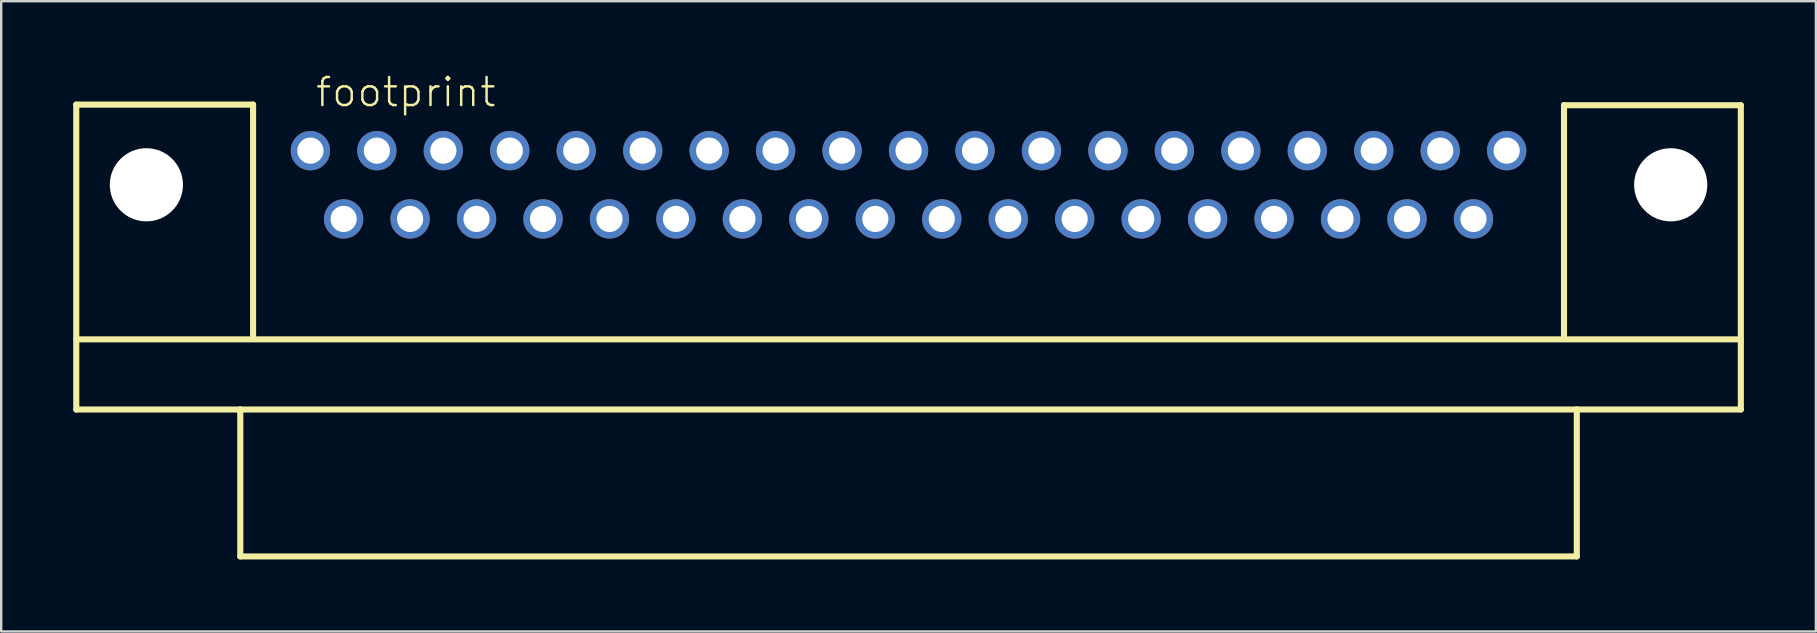
<source format=kicad_pcb>
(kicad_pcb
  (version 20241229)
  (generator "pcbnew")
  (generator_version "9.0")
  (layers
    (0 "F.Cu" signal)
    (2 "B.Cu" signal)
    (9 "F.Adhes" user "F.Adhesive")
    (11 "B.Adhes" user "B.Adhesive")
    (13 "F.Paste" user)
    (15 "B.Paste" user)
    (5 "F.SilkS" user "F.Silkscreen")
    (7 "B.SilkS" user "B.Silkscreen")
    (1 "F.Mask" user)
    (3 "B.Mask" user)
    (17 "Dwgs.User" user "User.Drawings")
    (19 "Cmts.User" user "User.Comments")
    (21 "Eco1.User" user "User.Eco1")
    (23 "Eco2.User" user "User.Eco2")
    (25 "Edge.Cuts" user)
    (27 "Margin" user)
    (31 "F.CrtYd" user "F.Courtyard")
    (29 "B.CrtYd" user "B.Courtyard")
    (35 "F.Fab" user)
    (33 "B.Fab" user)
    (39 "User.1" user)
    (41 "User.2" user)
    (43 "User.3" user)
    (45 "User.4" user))
  (footprint "footprint"
    (layer "F.Cu")
    (at 34.798 4.648)
    (property "Reference" "footprint" (at -24.765 -3.175 0) (layer "F.SilkS") (effects (font (size 1.168 1.168) (thickness 0.102)) (justify left bottom)))
    (fp_line (start -34.671 -3.34) (end -27.305 -3.34) (stroke (width 0.254) (type solid)) (layer "F.SilkS"))
    (fp_line (start -34.671 6.439) (end 34.671 6.439) (stroke (width 0.254) (type solid)) (layer "F.SilkS"))
    (fp_line (start -34.671 9.36) (end -34.671 -3.34) (stroke (width 0.254) (type solid)) (layer "F.SilkS"))
    (fp_line (start -27.838 9.36) (end -34.671 9.36) (stroke (width 0.254) (type solid)) (layer "F.SilkS"))
    (fp_line (start -27.838 9.36) (end 27.838 9.36) (stroke (width 0.254) (type solid)) (layer "F.SilkS"))
    (fp_line (start -27.838 15.481) (end -27.838 9.36) (stroke (width 0.254) (type solid)) (layer "F.SilkS"))
    (fp_line (start -27.305 -3.34) (end -27.305 6.299) (stroke (width 0.254) (type solid)) (layer "F.SilkS"))
    (fp_line (start 27.305 -3.315) (end 27.305 6.299) (stroke (width 0.254) (type solid)) (layer "F.SilkS"))
    (fp_line (start 27.838 9.36) (end 27.838 15.481) (stroke (width 0.254) (type solid)) (layer "F.SilkS"))
    (fp_line (start 27.838 15.481) (end -27.838 15.481) (stroke (width 0.254) (type solid)) (layer "F.SilkS"))
    (fp_line (start 34.671 -3.315) (end 27.305 -3.315) (stroke (width 0.254) (type solid)) (layer "F.SilkS"))
    (fp_line (start 34.671 -3.315) (end 34.671 9.36) (stroke (width 0.254) (type solid)) (layer "F.SilkS"))
    (fp_line (start 34.671 9.36) (end 27.838 9.36) (stroke (width 0.254) (type solid)) (layer "F.SilkS"))
    (pad "" np_thru_hole circle (at -31.75 0) (size 3.048 3.048) (drill 3.048) (layers "*.Cu" "*.Mask"))
    (pad "" np_thru_hole circle (at 31.75 0) (size 3.048 3.048) (drill 3.048) (layers "*.Cu" "*.Mask"))
    (pad "1" thru_hole circle (at -24.917 -1.422) (size 1.638 1.638) (drill 1.092) (layers "*.Cu" "*.Mask"))
    (pad "2" thru_hole circle (at -22.149 -1.422) (size 1.638 1.638) (drill 1.092) (layers "*.Cu" "*.Mask"))
    (pad "3" thru_hole circle (at -19.38 -1.422) (size 1.638 1.638) (drill 1.092) (layers "*.Cu" "*.Mask"))
    (pad "4" thru_hole circle (at -16.612 -1.422) (size 1.638 1.638) (drill 1.092) (layers "*.Cu" "*.Mask"))
    (pad "5" thru_hole circle (at -13.843 -1.422) (size 1.638 1.638) (drill 1.092) (layers "*.Cu" "*.Mask"))
    (pad "6" thru_hole circle (at -11.074 -1.422) (size 1.638 1.638) (drill 1.092) (layers "*.Cu" "*.Mask"))
    (pad "7" thru_hole circle (at -8.306 -1.422) (size 1.638 1.638) (drill 1.092) (layers "*.Cu" "*.Mask"))
    (pad "8" thru_hole circle (at -5.537 -1.422) (size 1.638 1.638) (drill 1.092) (layers "*.Cu" "*.Mask"))
    (pad "9" thru_hole circle (at -2.769 -1.422) (size 1.638 1.638) (drill 1.092) (layers "*.Cu" "*.Mask"))
    (pad "10" thru_hole circle (at 0 -1.422) (size 1.638 1.638) (drill 1.092) (layers "*.Cu" "*.Mask"))
    (pad "11" thru_hole circle (at 2.769 -1.422) (size 1.638 1.638) (drill 1.092) (layers "*.Cu" "*.Mask"))
    (pad "12" thru_hole circle (at 5.537 -1.422) (size 1.638 1.638) (drill 1.092) (layers "*.Cu" "*.Mask"))
    (pad "13" thru_hole circle (at 8.306 -1.422) (size 1.638 1.638) (drill 1.092) (layers "*.Cu" "*.Mask"))
    (pad "14" thru_hole circle (at 11.074 -1.422) (size 1.638 1.638) (drill 1.092) (layers "*.Cu" "*.Mask"))
    (pad "15" thru_hole circle (at 13.843 -1.422) (size 1.638 1.638) (drill 1.092) (layers "*.Cu" "*.Mask"))
    (pad "16" thru_hole circle (at 16.612 -1.422) (size 1.638 1.638) (drill 1.092) (layers "*.Cu" "*.Mask"))
    (pad "17" thru_hole circle (at 19.38 -1.422) (size 1.638 1.638) (drill 1.092) (layers "*.Cu" "*.Mask"))
    (pad "18" thru_hole circle (at 22.149 -1.422) (size 1.638 1.638) (drill 1.092) (layers "*.Cu" "*.Mask"))
    (pad "19" thru_hole circle (at 24.917 -1.422) (size 1.638 1.638) (drill 1.092) (layers "*.Cu" "*.Mask"))
    (pad "20" thru_hole circle (at -23.533 1.422) (size 1.638 1.638) (drill 1.092) (layers "*.Cu" "*.Mask"))
    (pad "21" thru_hole circle (at -20.765 1.422) (size 1.638 1.638) (drill 1.092) (layers "*.Cu" "*.Mask"))
    (pad "22" thru_hole circle (at -17.996 1.422) (size 1.638 1.638) (drill 1.092) (layers "*.Cu" "*.Mask"))
    (pad "23" thru_hole circle (at -15.227 1.422) (size 1.638 1.638) (drill 1.092) (layers "*.Cu" "*.Mask"))
    (pad "24" thru_hole circle (at -12.459 1.422) (size 1.638 1.638) (drill 1.092) (layers "*.Cu" "*.Mask"))
    (pad "25" thru_hole circle (at -9.69 1.422) (size 1.638 1.638) (drill 1.092) (layers "*.Cu" "*.Mask"))
    (pad "26" thru_hole circle (at -6.921 1.422) (size 1.638 1.638) (drill 1.092) (layers "*.Cu" "*.Mask"))
    (pad "27" thru_hole circle (at -4.153 1.422) (size 1.638 1.638) (drill 1.092) (layers "*.Cu" "*.Mask"))
    (pad "28" thru_hole circle (at -1.384 1.422) (size 1.638 1.638) (drill 1.092) (layers "*.Cu" "*.Mask"))
    (pad "29" thru_hole circle (at 1.384 1.422) (size 1.638 1.638) (drill 1.092) (layers "*.Cu" "*.Mask"))
    (pad "30" thru_hole circle (at 4.153 1.422) (size 1.638 1.638) (drill 1.092) (layers "*.Cu" "*.Mask"))
    (pad "31" thru_hole circle (at 6.921 1.422) (size 1.638 1.638) (drill 1.092) (layers "*.Cu" "*.Mask"))
    (pad "32" thru_hole circle (at 9.69 1.422) (size 1.638 1.638) (drill 1.092) (layers "*.Cu" "*.Mask"))
    (pad "33" thru_hole circle (at 12.459 1.422) (size 1.638 1.638) (drill 1.092) (layers "*.Cu" "*.Mask"))
    (pad "34" thru_hole circle (at 15.227 1.422) (size 1.638 1.638) (drill 1.092) (layers "*.Cu" "*.Mask"))
    (pad "35" thru_hole circle (at 17.996 1.422) (size 1.638 1.638) (drill 1.092) (layers "*.Cu" "*.Mask"))
    (pad "36" thru_hole circle (at 20.765 1.422) (size 1.638 1.638) (drill 1.092) (layers "*.Cu" "*.Mask"))
    (pad "37" thru_hole circle (at 23.533 1.422) (size 1.638 1.638) (drill 1.092) (layers "*.Cu" "*.Mask")))
  (gr_rect
    (start -3 -3)
    (end 72.596 23.256)
    (stroke (width 0.1) (type default))
    (fill no)
    (layer "Edge.Cuts")))
</source>
